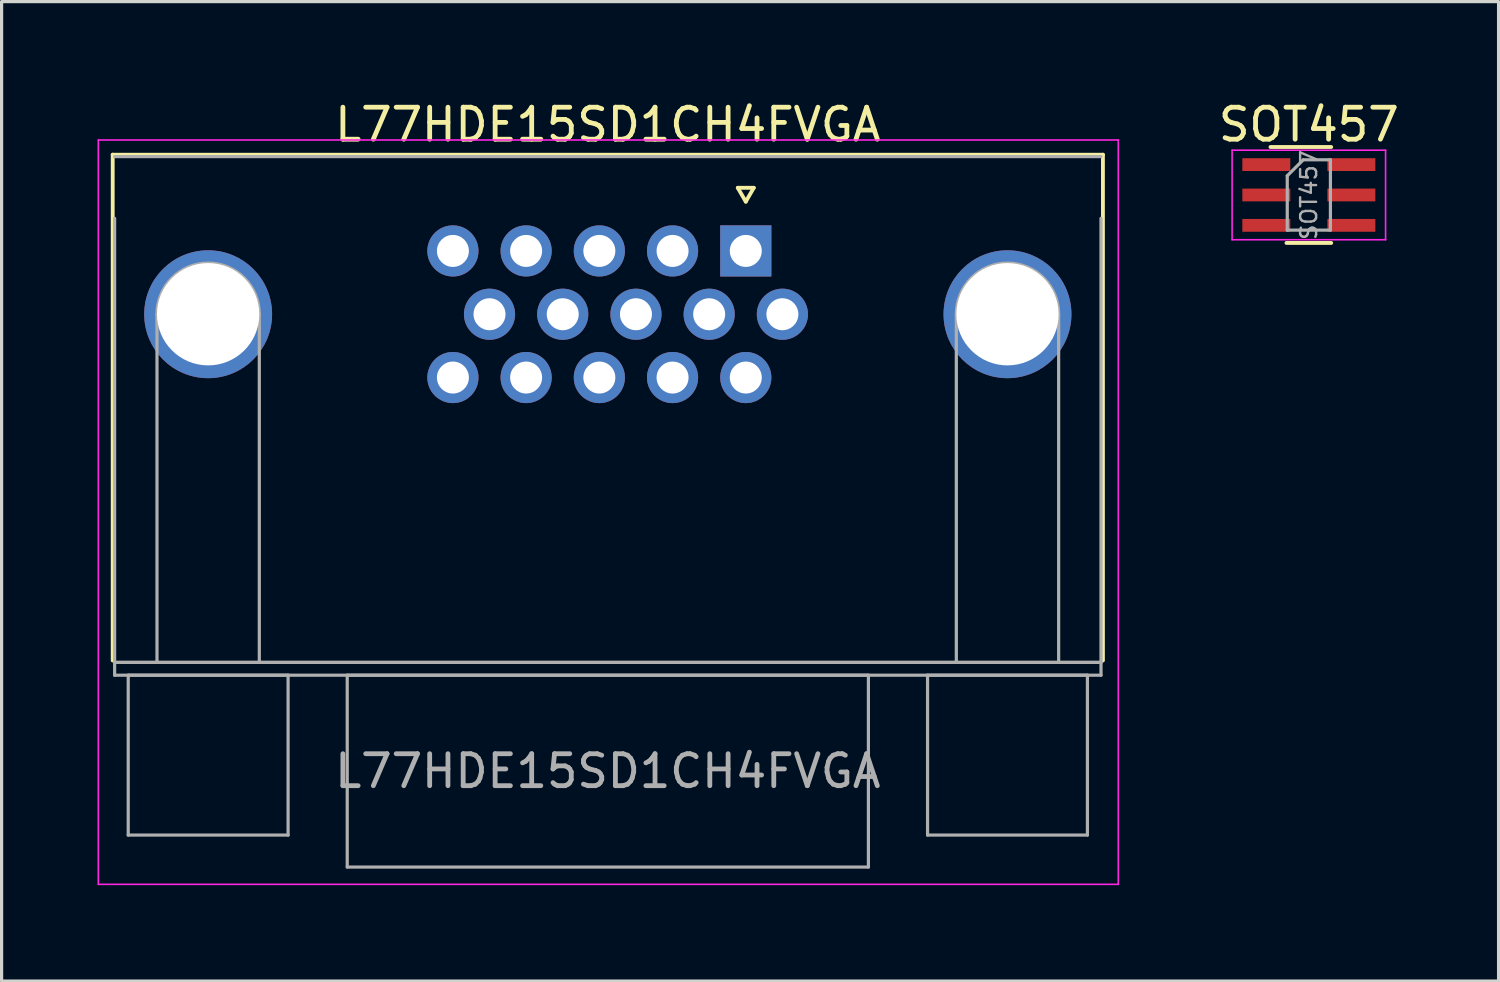
<source format=kicad_pcb>
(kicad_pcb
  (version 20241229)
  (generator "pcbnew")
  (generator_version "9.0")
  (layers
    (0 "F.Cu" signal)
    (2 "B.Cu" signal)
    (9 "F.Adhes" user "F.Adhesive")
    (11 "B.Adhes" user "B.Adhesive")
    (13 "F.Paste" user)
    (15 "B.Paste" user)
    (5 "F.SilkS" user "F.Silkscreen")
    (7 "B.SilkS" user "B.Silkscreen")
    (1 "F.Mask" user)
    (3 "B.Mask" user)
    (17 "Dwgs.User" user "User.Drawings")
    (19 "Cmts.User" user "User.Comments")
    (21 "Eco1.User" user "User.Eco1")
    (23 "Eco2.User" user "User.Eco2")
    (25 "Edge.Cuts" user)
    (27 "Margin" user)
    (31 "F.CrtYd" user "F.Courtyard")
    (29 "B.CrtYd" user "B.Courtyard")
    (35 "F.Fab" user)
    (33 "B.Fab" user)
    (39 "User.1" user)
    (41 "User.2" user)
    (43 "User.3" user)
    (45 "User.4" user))
  (footprint "L77HDE15SD1CH4FVGA"
    (layer "F.Cu")
    (at 20.275 5.358)
    (property "Reference" "L77HDE15SD1CH4FVGA" (at -4.315 -4.51 0) (layer "F.SilkS") (effects (font (size 1 1) (thickness 0.15))))
    (attr through_hole)
    (fp_line (start -19.8 -3.57) (end 11.17 -3.57) (stroke (width 0.12) (type solid)) (layer "F.SilkS"))
    (fp_line (start -19.8 12.25) (end -19.8 -3.57) (stroke (width 0.12) (type solid)) (layer "F.SilkS"))
    (fp_line (start -0.25 -2.534) (end 0.25 -2.534) (stroke (width 0.12) (type solid)) (layer "F.SilkS"))
    (fp_line (start 0 -2.101) (end -0.25 -2.534) (stroke (width 0.12) (type solid)) (layer "F.SilkS"))
    (fp_line (start 0.25 -2.534) (end 0 -2.101) (stroke (width 0.12) (type solid)) (layer "F.SilkS"))
    (fp_line (start 11.17 -3.57) (end 11.17 12.25) (stroke (width 0.12) (type solid)) (layer "F.SilkS"))
    (fp_line (start -20.25 -4.03) (end -20.25 19.25) (stroke (width 0.05) (type solid)) (layer "F.CrtYd"))
    (fp_line (start -20.25 19.25) (end 11.65 19.25) (stroke (width 0.05) (type solid)) (layer "F.CrtYd"))
    (fp_line (start 11.65 -4.03) (end -20.25 -4.03) (stroke (width 0.05) (type solid)) (layer "F.CrtYd"))
    (fp_line (start 11.65 19.25) (end 11.65 -4.03) (stroke (width 0.05) (type solid)) (layer "F.CrtYd"))
    (fp_line (start -19.74 -1.58) (end -19.74 12.31) (stroke (width 0.1) (type solid)) (layer "F.Fab"))
    (fp_line (start -19.74 12.31) (end -19.74 12.71) (stroke (width 0.1) (type solid)) (layer "F.Fab"))
    (fp_line (start -19.74 12.31) (end 11.11 12.31) (stroke (width 0.1) (type solid)) (layer "F.Fab"))
    (fp_line (start -19.74 12.71) (end 11.11 12.71) (stroke (width 0.1) (type solid)) (layer "F.Fab"))
    (fp_line (start -19.315 12.71) (end -19.315 17.71) (stroke (width 0.1) (type solid)) (layer "F.Fab"))
    (fp_line (start -19.315 17.71) (end -14.315 17.71) (stroke (width 0.1) (type solid)) (layer "F.Fab"))
    (fp_line (start -18.415 12.31) (end -18.415 1.42) (stroke (width 0.1) (type solid)) (layer "F.Fab"))
    (fp_line (start -15.215 12.31) (end -15.215 1.42) (stroke (width 0.1) (type solid)) (layer "F.Fab"))
    (fp_line (start -14.315 12.71) (end -19.315 12.71) (stroke (width 0.1) (type solid)) (layer "F.Fab"))
    (fp_line (start -14.315 17.71) (end -14.315 12.71) (stroke (width 0.1) (type solid)) (layer "F.Fab"))
    (fp_line (start -12.465 12.71) (end -12.465 18.71) (stroke (width 0.1) (type solid)) (layer "F.Fab"))
    (fp_line (start -12.465 18.71) (end 3.835 18.71) (stroke (width 0.1) (type solid)) (layer "F.Fab"))
    (fp_line (start 3.835 12.71) (end -12.465 12.71) (stroke (width 0.1) (type solid)) (layer "F.Fab"))
    (fp_line (start 3.835 18.71) (end 3.835 12.71) (stroke (width 0.1) (type solid)) (layer "F.Fab"))
    (fp_line (start 5.685 12.71) (end 5.685 17.71) (stroke (width 0.1) (type solid)) (layer "F.Fab"))
    (fp_line (start 5.685 17.71) (end 10.685 17.71) (stroke (width 0.1) (type solid)) (layer "F.Fab"))
    (fp_line (start 6.585 12.31) (end 6.585 1.42) (stroke (width 0.1) (type solid)) (layer "F.Fab"))
    (fp_line (start 9.785 12.31) (end 9.785 1.42) (stroke (width 0.1) (type solid)) (layer "F.Fab"))
    (fp_line (start 10.685 12.71) (end 5.685 12.71) (stroke (width 0.1) (type solid)) (layer "F.Fab"))
    (fp_line (start 10.685 17.71) (end 10.685 12.71) (stroke (width 0.1) (type solid)) (layer "F.Fab"))
    (fp_line (start 11.11 -3.51) (end -19.74 -3.51) (stroke (width 0.1) (type solid)) (layer "F.Fab"))
    (fp_line (start 11.11 12.31) (end -19.74 12.31) (stroke (width 0.1) (type solid)) (layer "F.Fab"))
    (fp_line (start 11.11 12.31) (end 11.11 -1.58) (stroke (width 0.1) (type solid)) (layer "F.Fab"))
    (fp_line (start 11.11 12.71) (end 11.11 12.31) (stroke (width 0.1) (type solid)) (layer "F.Fab"))
    (fp_arc (start -18.415 1.42) (mid -16.815 -0.18) (end -15.215 1.42) (stroke (width 0.1) (type solid)) (layer "F.Fab"))
    (fp_arc (start 6.585 1.42) (mid 8.185 -0.18) (end 9.785 1.42) (stroke (width 0.1) (type solid)) (layer "F.Fab"))
    (fp_text user "${REFERENCE}" (at -4.315 15.71 0) (layer "F.Fab") (effects (font (size 1 1) (thickness 0.15))))
    (pad "0" thru_hole circle (at -16.815 1.42) (size 4 4) (drill 3.2) (layers "*.Cu" "*.Mask"))
    (pad "0" thru_hole circle (at 8.185 1.42) (size 4 4) (drill 3.2) (layers "*.Cu" "*.Mask"))
    (pad "1" thru_hole rect (at 0 -0.56) (size 1.6 1.6) (drill 1) (layers "*.Cu" "*.Mask"))
    (pad "2" thru_hole circle (at -2.29 -0.56) (size 1.6 1.6) (drill 1) (layers "*.Cu" "*.Mask"))
    (pad "3" thru_hole circle (at -4.58 -0.56) (size 1.6 1.6) (drill 1) (layers "*.Cu" "*.Mask"))
    (pad "4" thru_hole circle (at -6.87 -0.56) (size 1.6 1.6) (drill 1) (layers "*.Cu" "*.Mask"))
    (pad "5" thru_hole circle (at -9.16 -0.56) (size 1.6 1.6) (drill 1) (layers "*.Cu" "*.Mask"))
    (pad "6" thru_hole circle (at 1.145 1.42) (size 1.6 1.6) (drill 1) (layers "*.Cu" "*.Mask"))
    (pad "7" thru_hole circle (at -1.145 1.42) (size 1.6 1.6) (drill 1) (layers "*.Cu" "*.Mask"))
    (pad "8" thru_hole circle (at -3.435 1.42) (size 1.6 1.6) (drill 1) (layers "*.Cu" "*.Mask"))
    (pad "9" thru_hole circle (at -5.725 1.42) (size 1.6 1.6) (drill 1) (layers "*.Cu" "*.Mask"))
    (pad "10" thru_hole circle (at -8.015 1.42) (size 1.6 1.6) (drill 1) (layers "*.Cu" "*.Mask"))
    (pad "11" thru_hole circle (at 0 3.4) (size 1.6 1.6) (drill 1) (layers "*.Cu" "*.Mask"))
    (pad "12" thru_hole circle (at -2.29 3.4) (size 1.6 1.6) (drill 1) (layers "*.Cu" "*.Mask"))
    (pad "13" thru_hole circle (at -4.58 3.4) (size 1.6 1.6) (drill 1) (layers "*.Cu" "*.Mask"))
    (pad "14" thru_hole circle (at -6.87 3.4) (size 1.6 1.6) (drill 1) (layers "*.Cu" "*.Mask"))
    (pad "15" thru_hole circle (at -9.16 3.4) (size 1.6 1.6) (drill 1) (layers "*.Cu" "*.Mask")))
  (footprint "SOT457"
    (layer "F.Cu")
    (at 37.885 3.048)
    (property "Reference" "SOT457" (at 0 -2.2 0) (layer "F.SilkS") (effects (font (size 1 1) (thickness 0.15))))
    (attr smd)
    (fp_line (start -0.7 1.5) (end 0.7 1.5) (stroke (width 0.12) (type solid)) (layer "F.SilkS"))
    (fp_line (start 0.7 -1.5) (end -1.2 -1.5) (stroke (width 0.12) (type solid)) (layer "F.SilkS"))
    (fp_line (start -2.4 -1.4) (end -2.4 1.4) (stroke (width 0.05) (type solid)) (layer "F.CrtYd"))
    (fp_line (start -2.4 -1.4) (end 2.4 -1.4) (stroke (width 0.05) (type solid)) (layer "F.CrtYd"))
    (fp_line (start -2.4 1.4) (end 2.4 1.4) (stroke (width 0.05) (type solid)) (layer "F.CrtYd"))
    (fp_line (start 2.4 1.4) (end 2.4 -1.4) (stroke (width 0.05) (type solid)) (layer "F.CrtYd"))
    (fp_line (start -0.675 -0.6) (end -0.675 1.1) (stroke (width 0.1) (type solid)) (layer "F.Fab"))
    (fp_line (start -0.175 -1.1) (end -0.675 -0.6) (stroke (width 0.1) (type solid)) (layer "F.Fab"))
    (fp_line (start 0.675 -1.1) (end -0.175 -1.1) (stroke (width 0.1) (type solid)) (layer "F.Fab"))
    (fp_line (start 0.675 -1.1) (end 0.675 1.1) (stroke (width 0.1) (type solid)) (layer "F.Fab"))
    (fp_line (start 0.675 1.1) (end -0.675 1.1) (stroke (width 0.1) (type solid)) (layer "F.Fab"))
    (fp_text user "${REFERENCE}" (at 0 0 90) (layer "F.Fab") (effects (font (size 0.5 0.5) (thickness 0.075))))
    (pad "1" smd rect (at -1.33 -0.95) (size 1.5 0.4) (layers "F.Cu" "F.Mask" "F.Paste"))
    (pad "2" smd rect (at -1.33 0) (size 1.5 0.4) (layers "F.Cu" "F.Mask" "F.Paste"))
    (pad "3" smd rect (at -1.33 0.95) (size 1.5 0.4) (layers "F.Cu" "F.Mask" "F.Paste"))
    (pad "4" smd rect (at 1.33 0.95) (size 1.5 0.4) (layers "F.Cu" "F.Mask" "F.Paste"))
    (pad "5" smd rect (at 1.33 0) (size 1.5 0.4) (layers "F.Cu" "F.Mask" "F.Paste"))
    (pad "6" smd rect (at 1.33 -0.95) (size 1.5 0.4) (layers "F.Cu" "F.Mask" "F.Paste")))
  (gr_rect
    (start -3 -3)
    (end 43.819 27.633)
    (stroke (width 0.1) (type default))
    (fill no)
    (layer "Edge.Cuts")))
</source>
